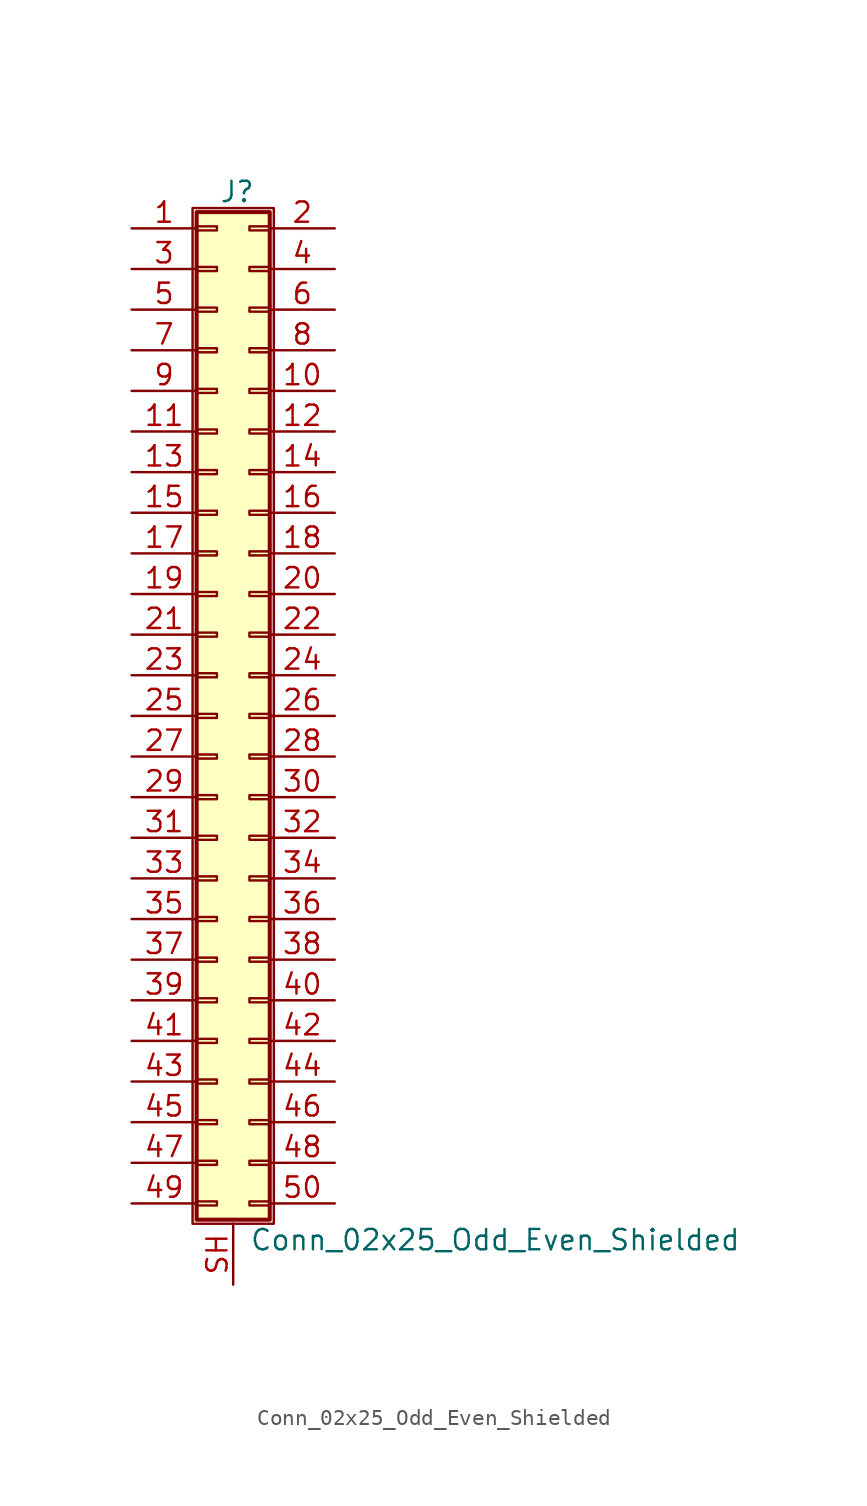
<source format=kicad_sym>
(kicad_symbol_lib
  (version 20201005)
  (generator kicad_symbol_editor)
  (symbol "Conn_02x25_Odd_Even_Shielded"
    (pin_names
      (offset 1.016) hide)
    (property "Reference" "J"
      (at 1.524 32.766 0)
      (effects (font (size 1.27 1.27))))
    (property "Value" "Conn_02x25_Odd_Even_Shielded"
      (at 2.286 -32.766 0)
      (effects (font (size 1.27 1.27)) (justify left)))
    (symbol "Conn_02x25_Odd_Even_Shielded_1_1"
      (rectangle (start -1.27 31.75) (end 3.81 -31.75) (stroke (width 0.152)) (fill (type none)))
      (rectangle (start -1.016 -30.353) (end 0.254 -30.607) (stroke (width 0.152)) (fill (type none)))
      (rectangle (start -1.016 -27.813) (end 0.254 -28.067) (stroke (width 0.152)) (fill (type none)))
      (rectangle (start -1.016 -25.273) (end 0.254 -25.527) (stroke (width 0.152)) (fill (type none)))
      (rectangle (start -1.016 -22.733) (end 0.254 -22.987) (stroke (width 0.152)) (fill (type none)))
      (rectangle (start -1.016 -20.193) (end 0.254 -20.447) (stroke (width 0.152)) (fill (type none)))
      (rectangle (start -1.016 -17.653) (end 0.254 -17.907) (stroke (width 0.152)) (fill (type none)))
      (rectangle (start -1.016 -15.113) (end 0.254 -15.367) (stroke (width 0.152)) (fill (type none)))
      (rectangle (start -1.016 -12.573) (end 0.254 -12.827) (stroke (width 0.152)) (fill (type none)))
      (rectangle (start -1.016 -10.033) (end 0.254 -10.287) (stroke (width 0.152)) (fill (type none)))
      (rectangle (start -1.016 -7.493) (end 0.254 -7.747) (stroke (width 0.152)) (fill (type none)))
      (rectangle (start -1.016 -4.953) (end 0.254 -5.207) (stroke (width 0.152)) (fill (type none)))
      (rectangle (start -1.016 -2.413) (end 0.254 -2.667) (stroke (width 0.152)) (fill (type none)))
      (rectangle (start -1.016 0.127) (end 0.254 -0.127) (stroke (width 0.152)) (fill (type none)))
      (rectangle (start -1.016 2.667) (end 0.254 2.413) (stroke (width 0.152)) (fill (type none)))
      (rectangle (start -1.016 5.207) (end 0.254 4.953) (stroke (width 0.152)) (fill (type none)))
      (rectangle (start -1.016 7.747) (end 0.254 7.493) (stroke (width 0.152)) (fill (type none)))
      (rectangle (start -1.016 10.287) (end 0.254 10.033) (stroke (width 0.152)) (fill (type none)))
      (rectangle (start -1.016 12.827) (end 0.254 12.573) (stroke (width 0.152)) (fill (type none)))
      (rectangle (start -1.016 15.367) (end 0.254 15.113) (stroke (width 0.152)) (fill (type none)))
      (rectangle (start -1.016 17.907) (end 0.254 17.653) (stroke (width 0.152)) (fill (type none)))
      (rectangle (start -1.016 20.447) (end 0.254 20.193) (stroke (width 0.152)) (fill (type none)))
      (rectangle (start -1.016 22.987) (end 0.254 22.733) (stroke (width 0.152)) (fill (type none)))
      (rectangle (start -1.016 25.527) (end 0.254 25.273) (stroke (width 0.152)) (fill (type none)))
      (rectangle (start -1.016 28.067) (end 0.254 27.813) (stroke (width 0.152)) (fill (type none)))
      (rectangle (start -1.016 30.607) (end 0.254 30.353) (stroke (width 0.152)) (fill (type none)))
      (rectangle (start -1.016 31.496) (end 3.556 -31.496) (stroke (width 0.254)) (fill (type background)))
      (rectangle (start 3.556 -30.353) (end 2.286 -30.607) (stroke (width 0.152)) (fill (type none)))
      (rectangle (start 3.556 -27.813) (end 2.286 -28.067) (stroke (width 0.152)) (fill (type none)))
      (rectangle (start 3.556 -25.273) (end 2.286 -25.527) (stroke (width 0.152)) (fill (type none)))
      (rectangle (start 3.556 -22.733) (end 2.286 -22.987) (stroke (width 0.152)) (fill (type none)))
      (rectangle (start 3.556 -20.193) (end 2.286 -20.447) (stroke (width 0.152)) (fill (type none)))
      (rectangle (start 3.556 -17.653) (end 2.286 -17.907) (stroke (width 0.152)) (fill (type none)))
      (rectangle (start 3.556 -15.113) (end 2.286 -15.367) (stroke (width 0.152)) (fill (type none)))
      (rectangle (start 3.556 -12.573) (end 2.286 -12.827) (stroke (width 0.152)) (fill (type none)))
      (rectangle (start 3.556 -10.033) (end 2.286 -10.287) (stroke (width 0.152)) (fill (type none)))
      (rectangle (start 3.556 -7.493) (end 2.286 -7.747) (stroke (width 0.152)) (fill (type none)))
      (rectangle (start 3.556 -4.953) (end 2.286 -5.207) (stroke (width 0.152)) (fill (type none)))
      (rectangle (start 3.556 -2.413) (end 2.286 -2.667) (stroke (width 0.152)) (fill (type none)))
      (rectangle (start 3.556 0.127) (end 2.286 -0.127) (stroke (width 0.152)) (fill (type none)))
      (rectangle (start 3.556 2.667) (end 2.286 2.413) (stroke (width 0.152)) (fill (type none)))
      (rectangle (start 3.556 5.207) (end 2.286 4.953) (stroke (width 0.152)) (fill (type none)))
      (rectangle (start 3.556 7.747) (end 2.286 7.493) (stroke (width 0.152)) (fill (type none)))
      (rectangle (start 3.556 10.287) (end 2.286 10.033) (stroke (width 0.152)) (fill (type none)))
      (rectangle (start 3.556 12.827) (end 2.286 12.573) (stroke (width 0.152)) (fill (type none)))
      (rectangle (start 3.556 15.367) (end 2.286 15.113) (stroke (width 0.152)) (fill (type none)))
      (rectangle (start 3.556 17.907) (end 2.286 17.653) (stroke (width 0.152)) (fill (type none)))
      (rectangle (start 3.556 20.447) (end 2.286 20.193) (stroke (width 0.152)) (fill (type none)))
      (rectangle (start 3.556 22.987) (end 2.286 22.733) (stroke (width 0.152)) (fill (type none)))
      (rectangle (start 3.556 25.527) (end 2.286 25.273) (stroke (width 0.152)) (fill (type none)))
      (rectangle (start 3.556 28.067) (end 2.286 27.813) (stroke (width 0.152)) (fill (type none)))
      (rectangle (start 3.556 30.607) (end 2.286 30.353) (stroke (width 0.152)) (fill (type none)))
      (pin passive line (at -5.08 30.48 0) (length 4.064) (name "Pin_1" (effects (font (size 1.27 1.27)))) (number "1" (effects (font (size 1.27 1.27)))))
      (pin passive line (at 7.62 20.32 180) (length 4.064) (name "Pin_10" (effects (font (size 1.27 1.27)))) (number "10" (effects (font (size 1.27 1.27)))))
      (pin passive line (at -5.08 17.78 0) (length 4.064) (name "Pin_11" (effects (font (size 1.27 1.27)))) (number "11" (effects (font (size 1.27 1.27)))))
      (pin passive line (at 7.62 17.78 180) (length 4.064) (name "Pin_12" (effects (font (size 1.27 1.27)))) (number "12" (effects (font (size 1.27 1.27)))))
      (pin passive line (at -5.08 15.24 0) (length 4.064) (name "Pin_13" (effects (font (size 1.27 1.27)))) (number "13" (effects (font (size 1.27 1.27)))))
      (pin passive line (at 7.62 15.24 180) (length 4.064) (name "Pin_14" (effects (font (size 1.27 1.27)))) (number "14" (effects (font (size 1.27 1.27)))))
      (pin passive line (at -5.08 12.7 0) (length 4.064) (name "Pin_15" (effects (font (size 1.27 1.27)))) (number "15" (effects (font (size 1.27 1.27)))))
      (pin passive line (at 7.62 12.7 180) (length 4.064) (name "Pin_16" (effects (font (size 1.27 1.27)))) (number "16" (effects (font (size 1.27 1.27)))))
      (pin passive line (at -5.08 10.16 0) (length 4.064) (name "Pin_17" (effects (font (size 1.27 1.27)))) (number "17" (effects (font (size 1.27 1.27)))))
      (pin passive line (at 7.62 10.16 180) (length 4.064) (name "Pin_18" (effects (font (size 1.27 1.27)))) (number "18" (effects (font (size 1.27 1.27)))))
      (pin passive line (at -5.08 7.62 0) (length 4.064) (name "Pin_19" (effects (font (size 1.27 1.27)))) (number "19" (effects (font (size 1.27 1.27)))))
      (pin passive line (at 7.62 30.48 180) (length 4.064) (name "Pin_2" (effects (font (size 1.27 1.27)))) (number "2" (effects (font (size 1.27 1.27)))))
      (pin passive line (at 7.62 7.62 180) (length 4.064) (name "Pin_20" (effects (font (size 1.27 1.27)))) (number "20" (effects (font (size 1.27 1.27)))))
      (pin passive line (at -5.08 5.08 0) (length 4.064) (name "Pin_21" (effects (font (size 1.27 1.27)))) (number "21" (effects (font (size 1.27 1.27)))))
      (pin passive line (at 7.62 5.08 180) (length 4.064) (name "Pin_22" (effects (font (size 1.27 1.27)))) (number "22" (effects (font (size 1.27 1.27)))))
      (pin passive line (at -5.08 2.54 0) (length 4.064) (name "Pin_23" (effects (font (size 1.27 1.27)))) (number "23" (effects (font (size 1.27 1.27)))))
      (pin passive line (at 7.62 2.54 180) (length 4.064) (name "Pin_24" (effects (font (size 1.27 1.27)))) (number "24" (effects (font (size 1.27 1.27)))))
      (pin passive line (at -5.08 0 0) (length 4.064) (name "Pin_25" (effects (font (size 1.27 1.27)))) (number "25" (effects (font (size 1.27 1.27)))))
      (pin passive line (at 7.62 0 180) (length 4.064) (name "Pin_26" (effects (font (size 1.27 1.27)))) (number "26" (effects (font (size 1.27 1.27)))))
      (pin passive line (at -5.08 -2.54 0) (length 4.064) (name "Pin_27" (effects (font (size 1.27 1.27)))) (number "27" (effects (font (size 1.27 1.27)))))
      (pin passive line (at 7.62 -2.54 180) (length 4.064) (name "Pin_28" (effects (font (size 1.27 1.27)))) (number "28" (effects (font (size 1.27 1.27)))))
      (pin passive line (at -5.08 -5.08 0) (length 4.064) (name "Pin_29" (effects (font (size 1.27 1.27)))) (number "29" (effects (font (size 1.27 1.27)))))
      (pin passive line (at -5.08 27.94 0) (length 4.064) (name "Pin_3" (effects (font (size 1.27 1.27)))) (number "3" (effects (font (size 1.27 1.27)))))
      (pin passive line (at 7.62 -5.08 180) (length 4.064) (name "Pin_30" (effects (font (size 1.27 1.27)))) (number "30" (effects (font (size 1.27 1.27)))))
      (pin passive line (at -5.08 -7.62 0) (length 4.064) (name "Pin_31" (effects (font (size 1.27 1.27)))) (number "31" (effects (font (size 1.27 1.27)))))
      (pin passive line (at 7.62 -7.62 180) (length 4.064) (name "Pin_32" (effects (font (size 1.27 1.27)))) (number "32" (effects (font (size 1.27 1.27)))))
      (pin passive line (at -5.08 -10.16 0) (length 4.064) (name "Pin_33" (effects (font (size 1.27 1.27)))) (number "33" (effects (font (size 1.27 1.27)))))
      (pin passive line (at 7.62 -10.16 180) (length 4.064) (name "Pin_34" (effects (font (size 1.27 1.27)))) (number "34" (effects (font (size 1.27 1.27)))))
      (pin passive line (at -5.08 -12.7 0) (length 4.064) (name "Pin_35" (effects (font (size 1.27 1.27)))) (number "35" (effects (font (size 1.27 1.27)))))
      (pin passive line (at 7.62 -12.7 180) (length 4.064) (name "Pin_36" (effects (font (size 1.27 1.27)))) (number "36" (effects (font (size 1.27 1.27)))))
      (pin passive line (at -5.08 -15.24 0) (length 4.064) (name "Pin_37" (effects (font (size 1.27 1.27)))) (number "37" (effects (font (size 1.27 1.27)))))
      (pin passive line (at 7.62 -15.24 180) (length 4.064) (name "Pin_38" (effects (font (size 1.27 1.27)))) (number "38" (effects (font (size 1.27 1.27)))))
      (pin passive line (at -5.08 -17.78 0) (length 4.064) (name "Pin_39" (effects (font (size 1.27 1.27)))) (number "39" (effects (font (size 1.27 1.27)))))
      (pin passive line (at 7.62 27.94 180) (length 4.064) (name "Pin_4" (effects (font (size 1.27 1.27)))) (number "4" (effects (font (size 1.27 1.27)))))
      (pin passive line (at 7.62 -17.78 180) (length 4.064) (name "Pin_40" (effects (font (size 1.27 1.27)))) (number "40" (effects (font (size 1.27 1.27)))))
      (pin passive line (at -5.08 -20.32 0) (length 4.064) (name "Pin_41" (effects (font (size 1.27 1.27)))) (number "41" (effects (font (size 1.27 1.27)))))
      (pin passive line (at 7.62 -20.32 180) (length 4.064) (name "Pin_42" (effects (font (size 1.27 1.27)))) (number "42" (effects (font (size 1.27 1.27)))))
      (pin passive line (at -5.08 -22.86 0) (length 4.064) (name "Pin_43" (effects (font (size 1.27 1.27)))) (number "43" (effects (font (size 1.27 1.27)))))
      (pin passive line (at 7.62 -22.86 180) (length 4.064) (name "Pin_44" (effects (font (size 1.27 1.27)))) (number "44" (effects (font (size 1.27 1.27)))))
      (pin passive line (at -5.08 -25.4 0) (length 4.064) (name "Pin_45" (effects (font (size 1.27 1.27)))) (number "45" (effects (font (size 1.27 1.27)))))
      (pin passive line (at 7.62 -25.4 180) (length 4.064) (name "Pin_46" (effects (font (size 1.27 1.27)))) (number "46" (effects (font (size 1.27 1.27)))))
      (pin passive line (at -5.08 -27.94 0) (length 4.064) (name "Pin_47" (effects (font (size 1.27 1.27)))) (number "47" (effects (font (size 1.27 1.27)))))
      (pin passive line (at 7.62 -27.94 180) (length 4.064) (name "Pin_48" (effects (font (size 1.27 1.27)))) (number "48" (effects (font (size 1.27 1.27)))))
      (pin passive line (at -5.08 -30.48 0) (length 4.064) (name "Pin_49" (effects (font (size 1.27 1.27)))) (number "49" (effects (font (size 1.27 1.27)))))
      (pin passive line (at -5.08 25.4 0) (length 4.064) (name "Pin_5" (effects (font (size 1.27 1.27)))) (number "5" (effects (font (size 1.27 1.27)))))
      (pin passive line (at 7.62 -30.48 180) (length 4.064) (name "Pin_50" (effects (font (size 1.27 1.27)))) (number "50" (effects (font (size 1.27 1.27)))))
      (pin passive line (at 7.62 25.4 180) (length 4.064) (name "Pin_6" (effects (font (size 1.27 1.27)))) (number "6" (effects (font (size 1.27 1.27)))))
      (pin passive line (at -5.08 22.86 0) (length 4.064) (name "Pin_7" (effects (font (size 1.27 1.27)))) (number "7" (effects (font (size 1.27 1.27)))))
      (pin passive line (at 7.62 22.86 180) (length 4.064) (name "Pin_8" (effects (font (size 1.27 1.27)))) (number "8" (effects (font (size 1.27 1.27)))))
      (pin passive line (at -5.08 20.32 0) (length 4.064) (name "Pin_9" (effects (font (size 1.27 1.27)))) (number "9" (effects (font (size 1.27 1.27)))))
      (pin passive line (at 1.27 -35.56 90) (length 3.81) (name "Shield" (effects (font (size 1.27 1.27)))) (number "SH" (effects (font (size 1.27 1.27))))))))
</source>
